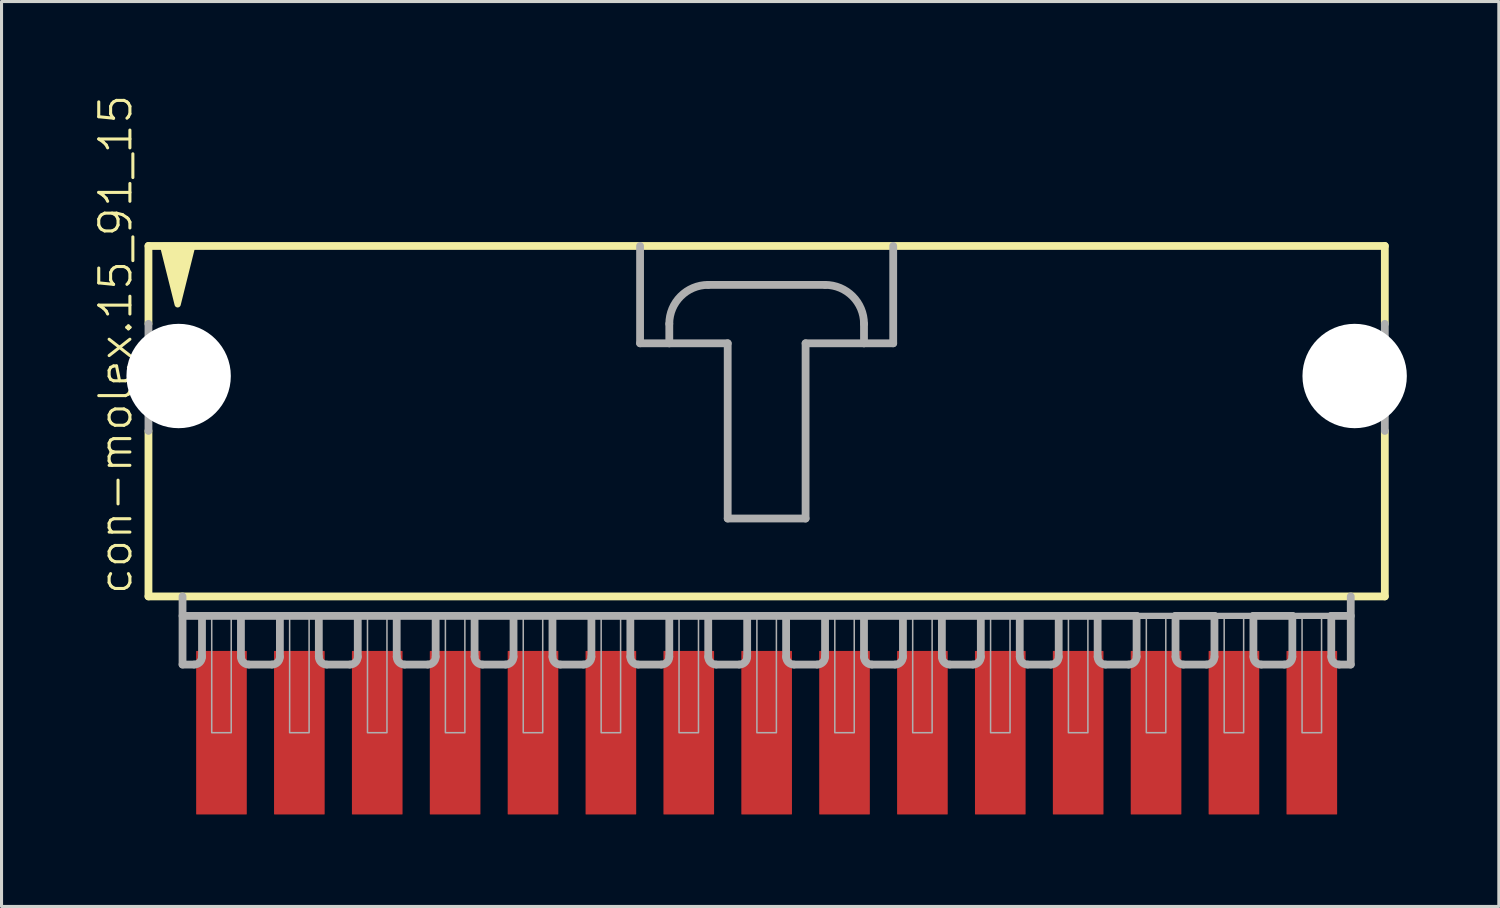
<source format=kicad_pcb>
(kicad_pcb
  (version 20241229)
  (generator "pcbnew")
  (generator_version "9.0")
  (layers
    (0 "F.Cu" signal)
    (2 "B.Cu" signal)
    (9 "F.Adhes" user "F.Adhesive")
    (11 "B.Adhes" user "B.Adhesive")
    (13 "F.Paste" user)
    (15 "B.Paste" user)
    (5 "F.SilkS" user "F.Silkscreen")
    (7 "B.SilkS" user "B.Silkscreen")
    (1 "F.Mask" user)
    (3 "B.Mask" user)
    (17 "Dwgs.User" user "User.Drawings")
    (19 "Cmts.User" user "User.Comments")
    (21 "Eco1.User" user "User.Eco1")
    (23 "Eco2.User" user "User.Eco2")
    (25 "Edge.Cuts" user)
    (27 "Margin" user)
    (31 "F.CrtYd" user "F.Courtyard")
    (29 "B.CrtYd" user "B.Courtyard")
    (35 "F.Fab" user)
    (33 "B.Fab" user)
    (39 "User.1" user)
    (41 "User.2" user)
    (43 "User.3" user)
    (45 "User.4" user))
  (footprint "con-molex.15_91_15"
    (layer "F.Cu")
    (at 21.953 10.051)
    (property "Reference" "con-molex.15_91_15" (at -20.637 6.35 90) (layer "F.SilkS") (effects (font (size 1.016 1.016) (thickness 0.1)) (justify left bottom)))
    (attr smd)
    (fp_line (start -20.161 -5.08) (end -20.161 -2.54) (stroke (width 0.254) (type default)) (layer "F.SilkS"))
    (fp_line (start -20.161 0.953) (end -20.161 6.35) (stroke (width 0.254) (type default)) (layer "F.SilkS"))
    (fp_line (start -20.161 6.35) (end 20.161 6.35) (stroke (width 0.254) (type default)) (layer "F.SilkS"))
    (fp_line (start 20.161 -5.08) (end -20.161 -5.08) (stroke (width 0.254) (type default)) (layer "F.SilkS"))
    (fp_line (start 20.161 -2.54) (end 20.161 -5.08) (stroke (width 0.254) (type default)) (layer "F.SilkS"))
    (fp_line (start 20.161 6.35) (end 20.161 0.953) (stroke (width 0.254) (type default)) (layer "F.SilkS"))
    (fp_poly (pts (xy -19.685 -5.08) (xy -19.209 -3.175) (xy -18.733 -5.08)) (stroke (width 0.203) (type default)) (fill yes) (layer "F.SilkS"))
    (fp_line (start -20.161 -2.54) (end -20.161 0.953) (stroke (width 0.254) (type default)) (layer "F.Fab"))
    (fp_line (start -19.05 6.35) (end -19.05 8.572) (stroke (width 0.254) (type default)) (layer "F.Fab"))
    (fp_line (start -19.05 6.985) (end -18.415 6.985) (stroke (width 0.254) (type default)) (layer "F.Fab"))
    (fp_line (start -18.669 8.572) (end -19.05 8.572) (stroke (width 0.254) (type default)) (layer "F.Fab"))
    (fp_line (start -18.415 6.985) (end -18.415 8.319) (stroke (width 0.254) (type default)) (layer "F.Fab"))
    (fp_line (start -18.415 6.985) (end -17.145 6.985) (stroke (width 0.254) (type default)) (layer "F.Fab"))
    (fp_line (start -17.145 6.985) (end -17.145 8.319) (stroke (width 0.254) (type default)) (layer "F.Fab"))
    (fp_line (start -17.145 6.985) (end -15.875 6.985) (stroke (width 0.254) (type default)) (layer "F.Fab"))
    (fp_line (start -16.129 8.572) (end -16.891 8.572) (stroke (width 0.254) (type default)) (layer "F.Fab"))
    (fp_line (start -15.875 6.985) (end -15.875 8.319) (stroke (width 0.254) (type default)) (layer "F.Fab"))
    (fp_line (start -15.875 6.985) (end -14.605 6.985) (stroke (width 0.254) (type default)) (layer "F.Fab"))
    (fp_line (start -14.605 6.985) (end -14.605 8.319) (stroke (width 0.254) (type default)) (layer "F.Fab"))
    (fp_line (start -14.605 6.985) (end -13.335 6.985) (stroke (width 0.254) (type default)) (layer "F.Fab"))
    (fp_line (start -13.589 8.572) (end -14.351 8.572) (stroke (width 0.254) (type default)) (layer "F.Fab"))
    (fp_line (start -13.335 6.985) (end -13.335 8.319) (stroke (width 0.254) (type default)) (layer "F.Fab"))
    (fp_line (start -13.335 6.985) (end -12.065 6.985) (stroke (width 0.254) (type default)) (layer "F.Fab"))
    (fp_line (start -12.065 6.985) (end -12.065 8.319) (stroke (width 0.254) (type default)) (layer "F.Fab"))
    (fp_line (start -12.065 6.985) (end -10.795 6.985) (stroke (width 0.254) (type default)) (layer "F.Fab"))
    (fp_line (start -11.049 8.572) (end -11.811 8.572) (stroke (width 0.254) (type default)) (layer "F.Fab"))
    (fp_line (start -10.795 6.985) (end -10.795 8.319) (stroke (width 0.254) (type default)) (layer "F.Fab"))
    (fp_line (start -10.795 6.985) (end -9.525 6.985) (stroke (width 0.254) (type default)) (layer "F.Fab"))
    (fp_line (start -9.525 6.985) (end -9.525 8.319) (stroke (width 0.254) (type default)) (layer "F.Fab"))
    (fp_line (start -9.525 6.985) (end -8.255 6.985) (stroke (width 0.254) (type default)) (layer "F.Fab"))
    (fp_line (start -8.509 8.572) (end -9.271 8.572) (stroke (width 0.254) (type default)) (layer "F.Fab"))
    (fp_line (start -8.255 6.985) (end -8.255 8.319) (stroke (width 0.254) (type default)) (layer "F.Fab"))
    (fp_line (start -8.255 6.985) (end -6.985 6.985) (stroke (width 0.254) (type default)) (layer "F.Fab"))
    (fp_line (start -6.985 6.985) (end -6.985 8.319) (stroke (width 0.254) (type default)) (layer "F.Fab"))
    (fp_line (start -6.985 6.985) (end -5.715 6.985) (stroke (width 0.254) (type default)) (layer "F.Fab"))
    (fp_line (start -5.969 8.572) (end -6.731 8.572) (stroke (width 0.254) (type default)) (layer "F.Fab"))
    (fp_line (start -5.715 6.985) (end -5.715 8.319) (stroke (width 0.254) (type default)) (layer "F.Fab"))
    (fp_line (start -5.715 6.985) (end -4.445 6.985) (stroke (width 0.254) (type default)) (layer "F.Fab"))
    (fp_line (start -4.445 6.985) (end -4.445 8.319) (stroke (width 0.254) (type default)) (layer "F.Fab"))
    (fp_line (start -4.445 6.985) (end -3.175 6.985) (stroke (width 0.254) (type default)) (layer "F.Fab"))
    (fp_line (start -4.128 -5.08) (end -4.128 -1.905) (stroke (width 0.254) (type default)) (layer "F.Fab"))
    (fp_line (start -4.128 -1.905) (end -3.175 -1.905) (stroke (width 0.254) (type default)) (layer "F.Fab"))
    (fp_line (start -3.429 8.572) (end -4.191 8.572) (stroke (width 0.254) (type default)) (layer "F.Fab"))
    (fp_line (start -3.175 -1.905) (end -3.175 -2.54) (stroke (width 0.254) (type default)) (layer "F.Fab"))
    (fp_line (start -3.175 -1.905) (end -1.27 -1.905) (stroke (width 0.254) (type default)) (layer "F.Fab"))
    (fp_line (start -3.175 6.985) (end -3.175 8.319) (stroke (width 0.254) (type default)) (layer "F.Fab"))
    (fp_line (start -3.175 6.985) (end -1.905 6.985) (stroke (width 0.254) (type default)) (layer "F.Fab"))
    (fp_line (start -1.905 -3.81) (end 1.905 -3.81) (stroke (width 0.254) (type default)) (layer "F.Fab"))
    (fp_line (start -1.905 6.985) (end -1.905 8.319) (stroke (width 0.254) (type default)) (layer "F.Fab"))
    (fp_line (start -1.905 6.985) (end -0.635 6.985) (stroke (width 0.254) (type default)) (layer "F.Fab"))
    (fp_line (start -1.27 -1.905) (end -1.27 3.81) (stroke (width 0.254) (type default)) (layer "F.Fab"))
    (fp_line (start -1.27 3.81) (end 1.27 3.81) (stroke (width 0.254) (type default)) (layer "F.Fab"))
    (fp_line (start -0.889 8.572) (end -1.651 8.572) (stroke (width 0.254) (type default)) (layer "F.Fab"))
    (fp_line (start -0.635 6.985) (end -0.635 8.319) (stroke (width 0.254) (type default)) (layer "F.Fab"))
    (fp_line (start -0.635 6.985) (end 0.635 6.985) (stroke (width 0.254) (type default)) (layer "F.Fab"))
    (fp_line (start 0.635 6.985) (end 0.635 8.319) (stroke (width 0.254) (type default)) (layer "F.Fab"))
    (fp_line (start 0.635 6.985) (end 1.905 6.985) (stroke (width 0.254) (type default)) (layer "F.Fab"))
    (fp_line (start 1.27 -1.905) (end 3.175 -1.905) (stroke (width 0.254) (type default)) (layer "F.Fab"))
    (fp_line (start 1.27 3.81) (end 1.27 -1.905) (stroke (width 0.254) (type default)) (layer "F.Fab"))
    (fp_line (start 1.651 8.572) (end 0.889 8.572) (stroke (width 0.254) (type default)) (layer "F.Fab"))
    (fp_line (start 1.905 6.985) (end 1.905 8.319) (stroke (width 0.254) (type default)) (layer "F.Fab"))
    (fp_line (start 1.905 6.985) (end 3.175 6.985) (stroke (width 0.254) (type default)) (layer "F.Fab"))
    (fp_line (start 3.175 -2.54) (end 3.175 -1.905) (stroke (width 0.254) (type default)) (layer "F.Fab"))
    (fp_line (start 3.175 -1.905) (end 4.128 -1.905) (stroke (width 0.254) (type default)) (layer "F.Fab"))
    (fp_line (start 3.175 6.985) (end 3.175 8.319) (stroke (width 0.254) (type default)) (layer "F.Fab"))
    (fp_line (start 3.175 6.985) (end 4.445 6.985) (stroke (width 0.254) (type default)) (layer "F.Fab"))
    (fp_line (start 4.128 -1.905) (end 4.128 -5.08) (stroke (width 0.254) (type default)) (layer "F.Fab"))
    (fp_line (start 4.191 8.572) (end 3.429 8.572) (stroke (width 0.254) (type default)) (layer "F.Fab"))
    (fp_line (start 4.445 6.985) (end 4.445 8.319) (stroke (width 0.254) (type default)) (layer "F.Fab"))
    (fp_line (start 4.445 6.985) (end 5.715 6.985) (stroke (width 0.254) (type default)) (layer "F.Fab"))
    (fp_line (start 5.715 6.985) (end 5.715 8.319) (stroke (width 0.254) (type default)) (layer "F.Fab"))
    (fp_line (start 5.715 6.985) (end 6.985 6.985) (stroke (width 0.254) (type default)) (layer "F.Fab"))
    (fp_line (start 6.731 8.572) (end 5.969 8.572) (stroke (width 0.254) (type default)) (layer "F.Fab"))
    (fp_line (start 6.985 6.985) (end 6.985 8.319) (stroke (width 0.254) (type default)) (layer "F.Fab"))
    (fp_line (start 6.985 6.985) (end 8.255 6.985) (stroke (width 0.254) (type default)) (layer "F.Fab"))
    (fp_line (start 8.255 6.985) (end 8.255 8.319) (stroke (width 0.254) (type default)) (layer "F.Fab"))
    (fp_line (start 8.255 6.985) (end 9.525 6.985) (stroke (width 0.254) (type default)) (layer "F.Fab"))
    (fp_line (start 8.509 8.572) (end 9.271 8.572) (stroke (width 0.254) (type default)) (layer "F.Fab"))
    (fp_line (start 9.525 6.985) (end 10.795 6.985) (stroke (width 0.254) (type default)) (layer "F.Fab"))
    (fp_line (start 9.525 8.319) (end 9.525 6.985) (stroke (width 0.254) (type default)) (layer "F.Fab"))
    (fp_line (start 10.795 6.985) (end 10.795 8.319) (stroke (width 0.254) (type default)) (layer "F.Fab"))
    (fp_line (start 10.795 6.985) (end 12.065 6.985) (stroke (width 0.254) (type default)) (layer "F.Fab"))
    (fp_line (start 11.049 8.572) (end 11.811 8.572) (stroke (width 0.254) (type default)) (layer "F.Fab"))
    (fp_line (start 12.065 6.985) (end 13.335 6.985) (stroke (width 0.203) (type default)) (layer "F.Fab"))
    (fp_line (start 12.065 8.319) (end 12.065 6.985) (stroke (width 0.254) (type default)) (layer "F.Fab"))
    (fp_line (start 13.335 6.985) (end 13.335 8.319) (stroke (width 0.254) (type default)) (layer "F.Fab"))
    (fp_line (start 13.335 6.985) (end 14.605 6.985) (stroke (width 0.254) (type default)) (layer "F.Fab"))
    (fp_line (start 13.589 8.572) (end 14.351 8.572) (stroke (width 0.254) (type default)) (layer "F.Fab"))
    (fp_line (start 14.605 6.985) (end 15.875 6.985) (stroke (width 0.203) (type default)) (layer "F.Fab"))
    (fp_line (start 14.605 8.319) (end 14.605 6.985) (stroke (width 0.254) (type default)) (layer "F.Fab"))
    (fp_line (start 15.875 6.985) (end 15.875 8.319) (stroke (width 0.254) (type default)) (layer "F.Fab"))
    (fp_line (start 15.875 6.985) (end 17.145 6.985) (stroke (width 0.254) (type default)) (layer "F.Fab"))
    (fp_line (start 16.129 8.572) (end 16.891 8.572) (stroke (width 0.254) (type default)) (layer "F.Fab"))
    (fp_line (start 17.145 6.985) (end 18.415 6.985) (stroke (width 0.203) (type default)) (layer "F.Fab"))
    (fp_line (start 17.145 8.319) (end 17.145 6.985) (stroke (width 0.254) (type default)) (layer "F.Fab"))
    (fp_line (start 18.415 6.985) (end 18.415 8.319) (stroke (width 0.254) (type default)) (layer "F.Fab"))
    (fp_line (start 18.415 6.985) (end 19.05 6.985) (stroke (width 0.254) (type default)) (layer "F.Fab"))
    (fp_line (start 18.669 8.572) (end 19.05 8.572) (stroke (width 0.254) (type default)) (layer "F.Fab"))
    (fp_line (start 19.05 8.572) (end 19.05 6.35) (stroke (width 0.254) (type default)) (layer "F.Fab"))
    (fp_line (start 20.161 -2.54) (end 20.161 0.953) (stroke (width 0.254) (type default)) (layer "F.Fab"))
    (fp_rect (start -18.098 10.795) (end -17.462 6.985) (stroke (width 0.05) (type default)) (fill no) (layer "F.Fab"))
    (fp_rect (start -15.557 10.795) (end -14.922 6.985) (stroke (width 0.05) (type default)) (fill no) (layer "F.Fab"))
    (fp_rect (start -13.018 10.795) (end -12.383 6.985) (stroke (width 0.05) (type default)) (fill no) (layer "F.Fab"))
    (fp_rect (start -10.477 10.795) (end -9.842 6.985) (stroke (width 0.05) (type default)) (fill no) (layer "F.Fab"))
    (fp_rect (start -7.938 10.795) (end -7.303 6.985) (stroke (width 0.05) (type default)) (fill no) (layer "F.Fab"))
    (fp_rect (start -5.397 10.795) (end -4.763 6.985) (stroke (width 0.05) (type default)) (fill no) (layer "F.Fab"))
    (fp_rect (start -2.857 10.795) (end -2.223 6.985) (stroke (width 0.05) (type default)) (fill no) (layer "F.Fab"))
    (fp_rect (start -0.318 10.795) (end 0.318 6.985) (stroke (width 0.05) (type default)) (fill no) (layer "F.Fab"))
    (fp_rect (start 2.223 10.795) (end 2.857 6.985) (stroke (width 0.05) (type default)) (fill no) (layer "F.Fab"))
    (fp_rect (start 4.763 10.795) (end 5.397 6.985) (stroke (width 0.05) (type default)) (fill no) (layer "F.Fab"))
    (fp_rect (start 7.303 10.795) (end 7.938 6.985) (stroke (width 0.05) (type default)) (fill no) (layer "F.Fab"))
    (fp_rect (start 9.842 10.795) (end 10.477 6.985) (stroke (width 0.05) (type default)) (fill no) (layer "F.Fab"))
    (fp_rect (start 12.383 10.795) (end 13.018 6.985) (stroke (width 0.05) (type default)) (fill no) (layer "F.Fab"))
    (fp_rect (start 14.922 10.795) (end 15.557 6.985) (stroke (width 0.05) (type default)) (fill no) (layer "F.Fab"))
    (fp_rect (start 17.462 10.795) (end 18.098 6.985) (stroke (width 0.05) (type default)) (fill no) (layer "F.Fab"))
    (fp_arc (start -18.415 8.3185) (mid -18.489395 8.498105) (end -18.669 8.5725) (stroke (width 0.254) (type default)) (layer "F.Fab"))
    (fp_arc (start -16.891 8.5725) (mid -17.070605 8.498105) (end -17.145 8.3185) (stroke (width 0.254) (type default)) (layer "F.Fab"))
    (fp_arc (start -15.875 8.3185) (mid -15.949395 8.498105) (end -16.129 8.5725) (stroke (width 0.254) (type default)) (layer "F.Fab"))
    (fp_arc (start -14.351 8.5725) (mid -14.530605 8.498105) (end -14.605 8.3185) (stroke (width 0.254) (type default)) (layer "F.Fab"))
    (fp_arc (start -13.335 8.3185) (mid -13.409395 8.498105) (end -13.589 8.5725) (stroke (width 0.254) (type default)) (layer "F.Fab"))
    (fp_arc (start -11.811 8.5725) (mid -11.990605 8.498105) (end -12.065 8.3185) (stroke (width 0.254) (type default)) (layer "F.Fab"))
    (fp_arc (start -10.795 8.3185) (mid -10.869395 8.498105) (end -11.049 8.5725) (stroke (width 0.254) (type default)) (layer "F.Fab"))
    (fp_arc (start -9.271 8.5725) (mid -9.450605 8.498105) (end -9.525 8.3185) (stroke (width 0.254) (type default)) (layer "F.Fab"))
    (fp_arc (start -8.255 8.3185) (mid -8.329395 8.498105) (end -8.509 8.5725) (stroke (width 0.254) (type default)) (layer "F.Fab"))
    (fp_arc (start -6.731 8.5725) (mid -6.910605 8.498105) (end -6.985 8.3185) (stroke (width 0.254) (type default)) (layer "F.Fab"))
    (fp_arc (start -5.715 8.3185) (mid -5.789395 8.498105) (end -5.969 8.5725) (stroke (width 0.254) (type default)) (layer "F.Fab"))
    (fp_arc (start -4.191 8.5725) (mid -4.370605 8.498105) (end -4.445 8.3185) (stroke (width 0.254) (type default)) (layer "F.Fab"))
    (fp_arc (start -3.175 -2.54) (mid -2.803026 -3.438026) (end -1.905 -3.81) (stroke (width 0.254) (type default)) (layer "F.Fab"))
    (fp_arc (start -3.175 8.3185) (mid -3.249395 8.498105) (end -3.429 8.5725) (stroke (width 0.254) (type default)) (layer "F.Fab"))
    (fp_arc (start -1.651 8.5725) (mid -1.830605 8.498105) (end -1.905 8.3185) (stroke (width 0.254) (type default)) (layer "F.Fab"))
    (fp_arc (start -0.635 8.3185) (mid -0.709395 8.498105) (end -0.889 8.5725) (stroke (width 0.254) (type default)) (layer "F.Fab"))
    (fp_arc (start 0.889 8.5725) (mid 0.709395 8.498105) (end 0.635 8.3185) (stroke (width 0.254) (type default)) (layer "F.Fab"))
    (fp_arc (start 1.905 -3.81) (mid 2.803026 -3.438026) (end 3.175 -2.54) (stroke (width 0.254) (type default)) (layer "F.Fab"))
    (fp_arc (start 1.905 8.3185) (mid 1.830605 8.498105) (end 1.651 8.5725) (stroke (width 0.254) (type default)) (layer "F.Fab"))
    (fp_arc (start 3.429 8.5725) (mid 3.249395 8.498105) (end 3.175 8.3185) (stroke (width 0.254) (type default)) (layer "F.Fab"))
    (fp_arc (start 4.445 8.3185) (mid 4.370605 8.498105) (end 4.191 8.5725) (stroke (width 0.254) (type default)) (layer "F.Fab"))
    (fp_arc (start 5.969 8.5725) (mid 5.789395 8.498105) (end 5.715 8.3185) (stroke (width 0.254) (type default)) (layer "F.Fab"))
    (fp_arc (start 6.985 8.3185) (mid 6.910605 8.498105) (end 6.731 8.5725) (stroke (width 0.254) (type default)) (layer "F.Fab"))
    (fp_arc (start 8.509 8.5725) (mid 8.329395 8.498105) (end 8.255 8.3185) (stroke (width 0.254) (type default)) (layer "F.Fab"))
    (fp_arc (start 9.525 8.3185) (mid 9.450605 8.498105) (end 9.271 8.5725) (stroke (width 0.254) (type default)) (layer "F.Fab"))
    (fp_arc (start 11.049 8.5725) (mid 10.869395 8.498105) (end 10.795 8.3185) (stroke (width 0.254) (type default)) (layer "F.Fab"))
    (fp_arc (start 12.065 8.3185) (mid 11.990605 8.498105) (end 11.811 8.5725) (stroke (width 0.254) (type default)) (layer "F.Fab"))
    (fp_arc (start 13.589 8.5725) (mid 13.409395 8.498105) (end 13.335 8.3185) (stroke (width 0.254) (type default)) (layer "F.Fab"))
    (fp_arc (start 14.605 8.3185) (mid 14.530605 8.498105) (end 14.351 8.5725) (stroke (width 0.254) (type default)) (layer "F.Fab"))
    (fp_arc (start 16.129 8.5725) (mid 15.949395 8.498105) (end 15.875 8.3185) (stroke (width 0.254) (type default)) (layer "F.Fab"))
    (fp_arc (start 17.145 8.3185) (mid 17.070605 8.498105) (end 16.891 8.5725) (stroke (width 0.254) (type default)) (layer "F.Fab"))
    (fp_arc (start 18.669 8.5725) (mid 18.489395 8.498105) (end 18.415 8.3185) (stroke (width 0.254) (type default)) (layer "F.Fab"))
    (pad "" np_thru_hole circle (at -19.177 -0.838) (size 3.404 3.404) (drill 3.404) (layers "*.Cu" "*.Mask"))
    (pad "" np_thru_hole circle (at 19.177 -0.838) (size 3.404 3.404) (drill 3.404) (layers "*.Cu" "*.Mask"))
    (pad "1" smd roundrect (at -17.78 10.795 90) (size 5.334 1.651) (layers "F.Cu" "F.Mask" "F.Paste") (roundrect_rratio 0.01))
    (pad "2" smd roundrect (at -15.24 10.795 90) (size 5.334 1.651) (layers "F.Cu" "F.Mask" "F.Paste") (roundrect_rratio 0.01))
    (pad "3" smd roundrect (at -12.7 10.795 90) (size 5.334 1.651) (layers "F.Cu" "F.Mask" "F.Paste") (roundrect_rratio 0.01))
    (pad "4" smd roundrect (at -10.16 10.795 90) (size 5.334 1.651) (layers "F.Cu" "F.Mask" "F.Paste") (roundrect_rratio 0.01))
    (pad "5" smd roundrect (at -7.62 10.795 90) (size 5.334 1.651) (layers "F.Cu" "F.Mask" "F.Paste") (roundrect_rratio 0.01))
    (pad "6" smd roundrect (at -5.08 10.795 90) (size 5.334 1.651) (layers "F.Cu" "F.Mask" "F.Paste") (roundrect_rratio 0.01))
    (pad "7" smd roundrect (at -2.54 10.795 90) (size 5.334 1.651) (layers "F.Cu" "F.Mask" "F.Paste") (roundrect_rratio 0.01))
    (pad "8" smd roundrect (at 0 10.795 90) (size 5.334 1.651) (layers "F.Cu" "F.Mask" "F.Paste") (roundrect_rratio 0.01))
    (pad "9" smd roundrect (at 2.54 10.795 90) (size 5.334 1.651) (layers "F.Cu" "F.Mask" "F.Paste") (roundrect_rratio 0.01))
    (pad "10" smd roundrect (at 5.08 10.795 90) (size 5.334 1.651) (layers "F.Cu" "F.Mask" "F.Paste") (roundrect_rratio 0.01))
    (pad "11" smd roundrect (at 7.62 10.795 90) (size 5.334 1.651) (layers "F.Cu" "F.Mask" "F.Paste") (roundrect_rratio 0.01))
    (pad "12" smd roundrect (at 10.16 10.795 90) (size 5.334 1.651) (layers "F.Cu" "F.Mask" "F.Paste") (roundrect_rratio 0.01))
    (pad "13" smd roundrect (at 12.7 10.795 90) (size 5.334 1.651) (layers "F.Cu" "F.Mask" "F.Paste") (roundrect_rratio 0.01))
    (pad "14" smd roundrect (at 15.24 10.795 90) (size 5.334 1.651) (layers "F.Cu" "F.Mask" "F.Paste") (roundrect_rratio 0.01))
    (pad "15" smd roundrect (at 17.78 10.795 90) (size 5.334 1.651) (layers "F.Cu" "F.Mask" "F.Paste") (roundrect_rratio 0.01)))
  (gr_rect
    (start -3 -3)
    (end 45.832 26.513)
    (stroke (width 0.1) (type default))
    (fill no)
    (layer "Edge.Cuts")))
</source>
